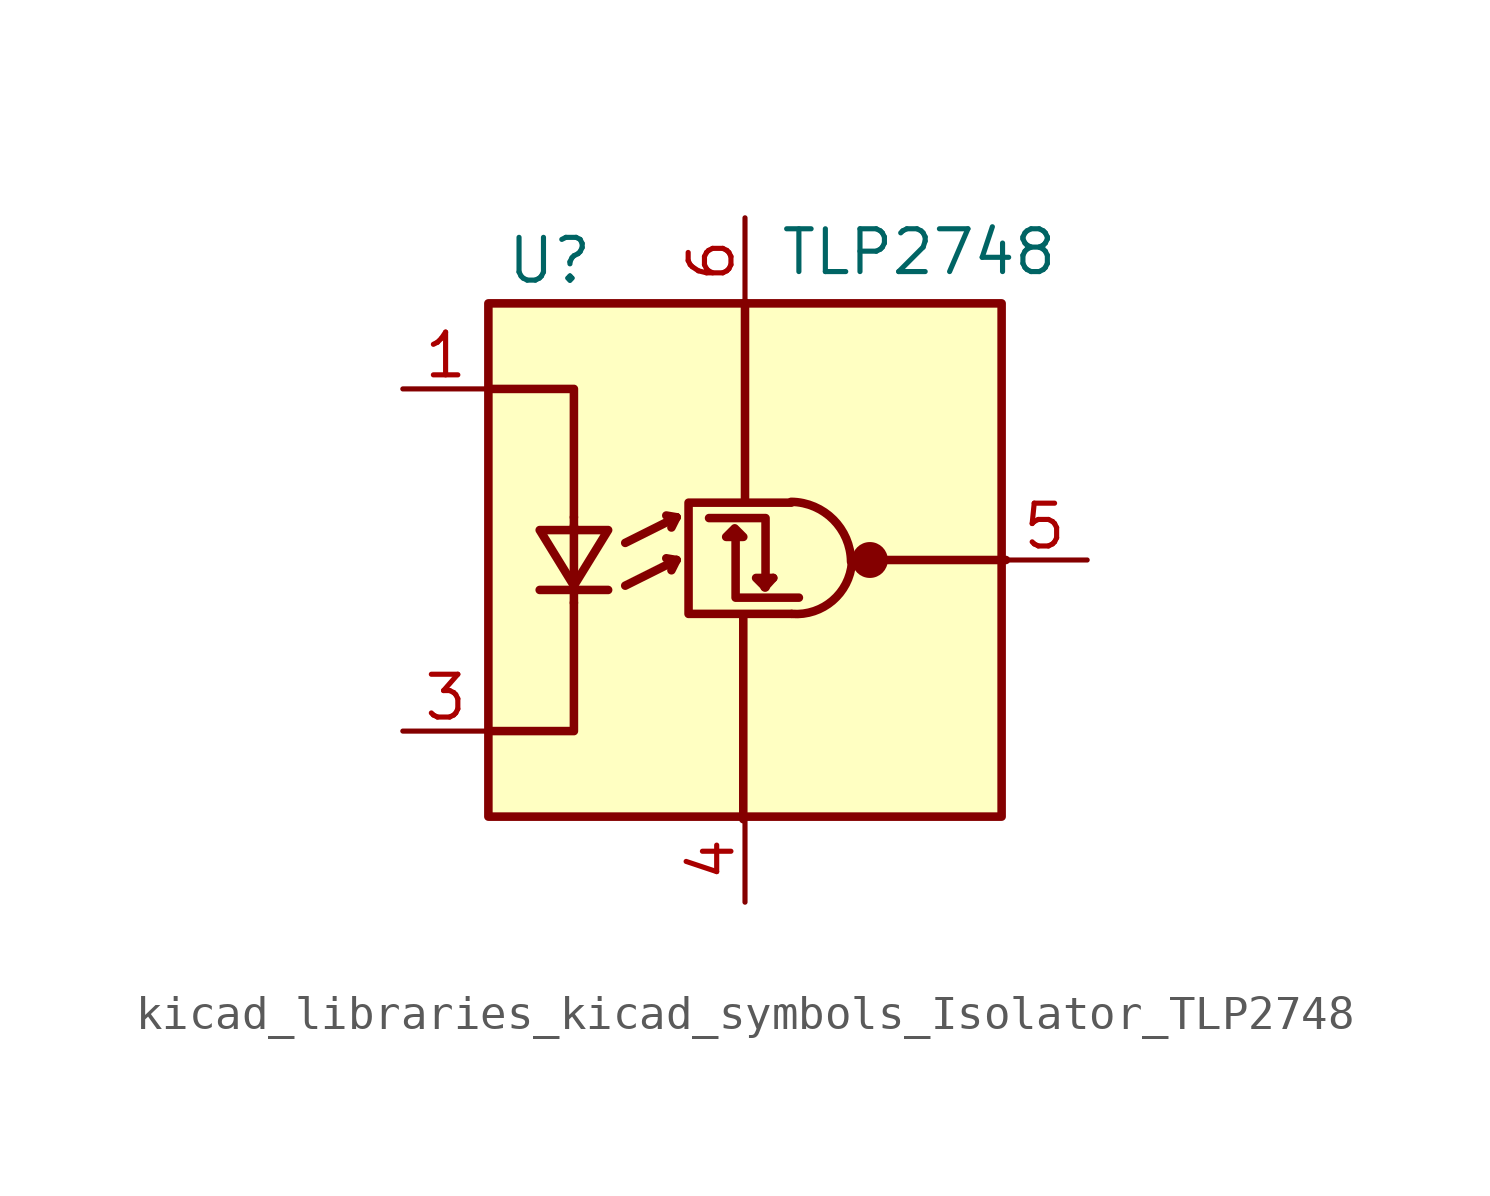
<source format=kicad_sym>
(kicad_symbol_lib
  (version 20220914)
  (generator kicad_symbol_editor)
  (symbol "kicad_libraries_kicad_symbols_Isolator_TLP2748"
    (pin_names
      (offset 1.016) hide)
    (property "Reference" "U"
      (at -7.112 8.89 0)
      (effects (font (size 1.27 1.27)) (justify left)))
    (property "Value" "TLP2748"
      (at 1.016 9.144 0)
      (effects (font (size 1.27 1.27)) (justify left)))
    (symbol "kicad_libraries_kicad_symbols_Isolator_TLP2748_0_1"
      (rectangle (start -7.62 7.62) (end 7.62 -7.62) (stroke (width 0.254) (type default)) (fill (type background)))
      (polyline (pts (xy -6.096 -0.889) (xy -4.064 -0.889)) (stroke (width 0.254) (type default)) (fill (type none)))
      (polyline (pts (xy -5.08 -1.27) (xy -5.08 -0.914)) (stroke (width 0.254) (type default)) (fill (type none)))
      (polyline (pts (xy -5.08 1.016) (xy -5.08 -0.762)) (stroke (width 0.254) (type default)) (fill (type none)))
      (polyline (pts (xy -5.08 1.27) (xy -5.08 0.914)) (stroke (width 0.254) (type default)) (fill (type none)))
      (polyline (pts (xy -3.556 -0.762) (xy -2.032 0)) (stroke (width 0.254) (type default)) (fill (type none)))
      (polyline (pts (xy -3.556 0.508) (xy -2.032 1.27)) (stroke (width 0.254) (type default)) (fill (type none)))
      (polyline (pts (xy -2.032 0) (xy -2.337 0.051)) (stroke (width 0.254) (type default)) (fill (type none)))
      (polyline (pts (xy -2.032 0) (xy -2.184 -0.305)) (stroke (width 0.254) (type default)) (fill (type none)))
      (polyline (pts (xy -2.032 1.27) (xy -2.337 1.321)) (stroke (width 0.254) (type default)) (fill (type none)))
      (polyline (pts (xy -2.032 1.27) (xy -2.184 0.965)) (stroke (width 0.254) (type default)) (fill (type none)))
      (polyline (pts (xy -0.051 -7.696) (xy -0.051 -1.727)) (stroke (width 0.254) (type default)) (fill (type none)))
      (polyline (pts (xy 0 7.645) (xy 0 1.803)) (stroke (width 0.254) (type default)) (fill (type none)))
      (polyline (pts (xy 0.838 -0.533) (xy 0.584 -0.813)) (stroke (width 0.254) (type default)) (fill (type none)))
      (polyline (pts (xy 7.747 0) (xy 4.064 0)) (stroke (width 0.254) (type default)) (fill (type none)))
      (polyline (pts (xy -7.62 -5.08) (xy -5.08 -5.08) (xy -5.08 -1.27)) (stroke (width 0.254) (type default)) (fill (type none)))
      (polyline (pts (xy -5.08 1.27) (xy -5.08 5.08) (xy -7.62 5.08)) (stroke (width 0.254) (type default)) (fill (type none)))
      (polyline (pts (xy -0.279 0.66) (xy -0.279 -1.118) (xy 1.6 -1.118)) (stroke (width 0.254) (type default)) (fill (type none)))
      (polyline (pts (xy 0.584 -0.787) (xy 0.33 -0.533) (xy 0.838 -0.533)) (stroke (width 0.254) (type default)) (fill (type none)))
      (polyline (pts (xy 0.61 -0.813) (xy 0.61 1.245) (xy -1.067 1.245)) (stroke (width 0.254) (type default)) (fill (type none)))
      (polyline (pts (xy -6.096 0.889) (xy -4.064 0.889) (xy -5.08 -0.762) (xy -6.096 0.889)) (stroke (width 0.254) (type default)) (fill (type none)))
      (polyline (pts (xy -0.305 0.94) (xy -0.559 0.686) (xy -0.051 0.686) (xy -0.305 0.94)) (stroke (width 0.254) (type default)) (fill (type none)))
      (polyline (pts (xy 1.372 1.702) (xy -1.676 1.702) (xy -1.676 -1.6) (xy 1.372 -1.6)) (stroke (width 0.254) (type default)) (fill (type none)))
      (arc (start 1.397 -1.6002) (mid 2.6016 -1.2064) (end 3.175 -0.0762) (stroke (width 0.254) (type default)) (fill (type none)))
      (arc (start 3.1496 -0.0508) (mid 2.6235 1.2011) (end 1.3716 1.7272) (stroke (width 0.254) (type default)) (fill (type none)))
      (circle (center 3.708 0) (radius 0.457) (stroke (width 0) (type default)) (fill (type outline))))
    (symbol "kicad_libraries_kicad_symbols_Isolator_TLP2748_1_1"
      (pin passive line (at -10.16 5.08 0) (length 2.54) (name "A" (effects (font (size 1.27 1.27)))) (number "1" (effects (font (size 1.27 1.27)))))
      (pin no_connect line (at -7.62 0 0) (length 2.54) hide (name "NC" (effects (font (size 1.27 1.27)))) (number "2" (effects (font (size 1.27 1.27)))))
      (pin passive line (at -10.16 -5.08 0) (length 2.54) (name "K" (effects (font (size 1.27 1.27)))) (number "3" (effects (font (size 1.27 1.27)))))
      (pin power_in line (at 0 -10.16 90) (length 2.54) (name "GND" (effects (font (size 1.27 1.27)))) (number "4" (effects (font (size 1.27 1.27)))))
      (pin output line (at 10.16 0 180) (length 2.54) (name "VO" (effects (font (size 1.27 1.27)))) (number "5" (effects (font (size 1.27 1.27)))))
      (pin power_in line (at 0 10.16 270) (length 2.54) (name "VDD" (effects (font (size 1.27 1.27)))) (number "6" (effects (font (size 1.27 1.27))))))))
</source>
